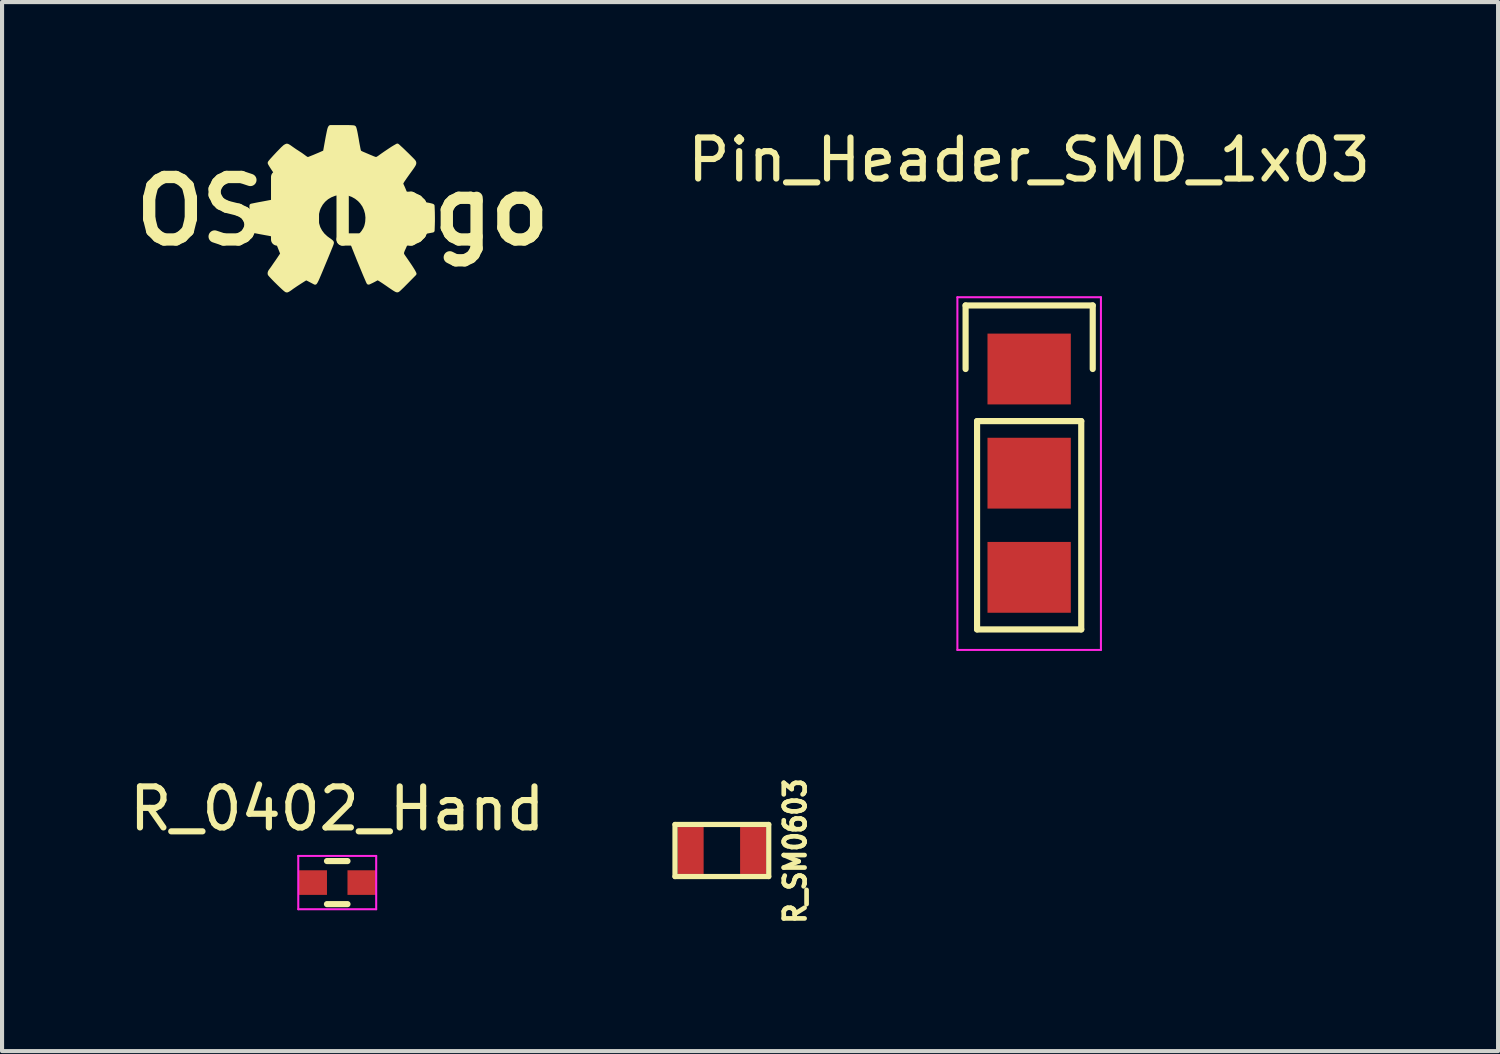
<source format=kicad_pcb>
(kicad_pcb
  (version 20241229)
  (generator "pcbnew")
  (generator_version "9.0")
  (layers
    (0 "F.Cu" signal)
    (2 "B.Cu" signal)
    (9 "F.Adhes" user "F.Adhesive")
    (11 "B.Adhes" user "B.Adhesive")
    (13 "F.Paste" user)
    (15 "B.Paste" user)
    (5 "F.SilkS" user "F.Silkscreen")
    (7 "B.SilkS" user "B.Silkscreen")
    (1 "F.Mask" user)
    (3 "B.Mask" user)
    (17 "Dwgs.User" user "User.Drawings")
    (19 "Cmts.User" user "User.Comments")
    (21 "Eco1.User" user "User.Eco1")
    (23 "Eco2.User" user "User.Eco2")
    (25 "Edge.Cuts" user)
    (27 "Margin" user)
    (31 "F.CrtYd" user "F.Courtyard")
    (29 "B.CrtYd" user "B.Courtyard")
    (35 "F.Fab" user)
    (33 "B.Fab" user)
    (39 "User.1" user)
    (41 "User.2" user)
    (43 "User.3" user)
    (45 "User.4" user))
  (footprint "OSHLogo"
    (layer "F.Cu")
    (at 5.305 2.1)
    (property "Reference" "OSHLogo" (at 0 0 0) (layer "F.SilkS") (effects (font (size 1.524 1.524) (thickness 0.3))))
    (attr through_hole)
    (fp_poly (pts (xy 2.2 0.165) (xy 2.2 0.242) (xy 2.198 0.31) (xy 2.198 0.321) (xy 2.193 0.47) (xy 2.065 0.494) (xy 1.965 0.513) (xy 1.877 0.53) (xy 1.801 0.544) (xy 1.738 0.556) (xy 1.689 0.566) (xy 1.656 0.573) (xy 1.64 0.577) (xy 1.64 0.577) (xy 1.626 0.587) (xy 1.611 0.609) (xy 1.593 0.645) (xy 1.573 0.696) (xy 1.562 0.726) (xy 1.545 0.769) (xy 1.524 0.821) (xy 1.502 0.871) (xy 1.493 0.891) (xy 1.469 0.943) (xy 1.454 0.983) (xy 1.446 1.014) (xy 1.447 1.04) (xy 1.455 1.064) (xy 1.471 1.091) (xy 1.482 1.107) (xy 1.545 1.198) (xy 1.6 1.278) (xy 1.646 1.346) (xy 1.682 1.402) (xy 1.709 1.445) (xy 1.726 1.474) (xy 1.727 1.476) (xy 1.751 1.524) (xy 1.555 1.723) (xy 1.505 1.773) (xy 1.46 1.819) (xy 1.419 1.858) (xy 1.385 1.891) (xy 1.359 1.914) (xy 1.344 1.926) (xy 1.341 1.928) (xy 1.332 1.929) (xy 1.32 1.927) (xy 1.304 1.92) (xy 1.281 1.907) (xy 1.25 1.888) (xy 1.21 1.861) (xy 1.158 1.826) (xy 1.098 1.784) (xy 1.048 1.75) (xy 1.001 1.718) (xy 0.958 1.69) (xy 0.924 1.668) (xy 0.901 1.654) (xy 0.9 1.654) (xy 0.852 1.628) (xy 0.814 1.65) (xy 0.777 1.67) (xy 0.739 1.69) (xy 0.701 1.709) (xy 0.669 1.724) (xy 0.645 1.736) (xy 0.632 1.74) (xy 0.631 1.74) (xy 0.625 1.728) (xy 0.613 1.702) (xy 0.596 1.662) (xy 0.574 1.611) (xy 0.548 1.551) (xy 0.52 1.484) (xy 0.49 1.411) (xy 0.458 1.334) (xy 0.426 1.256) (xy 0.394 1.179) (xy 0.364 1.103) (xy 0.335 1.032) (xy 0.309 0.966) (xy 0.286 0.909) (xy 0.267 0.861) (xy 0.255 0.829) (xy 0.228 0.755) (xy 0.292 0.712) (xy 0.371 0.651) (xy 0.442 0.582) (xy 0.502 0.51) (xy 0.548 0.436) (xy 0.571 0.385) (xy 0.581 0.352) (xy 0.591 0.31) (xy 0.599 0.266) (xy 0.6 0.259) (xy 0.606 0.155) (xy 0.595 0.053) (xy 0.567 -0.046) (xy 0.524 -0.139) (xy 0.465 -0.223) (xy 0.408 -0.284) (xy 0.329 -0.346) (xy 0.241 -0.395) (xy 0.146 -0.429) (xy 0.049 -0.448) (xy -0.049 -0.45) (xy -0.091 -0.446) (xy -0.199 -0.423) (xy -0.297 -0.384) (xy -0.385 -0.332) (xy -0.462 -0.266) (xy -0.527 -0.187) (xy -0.578 -0.097) (xy -0.602 -0.037) (xy -0.623 0.045) (xy -0.634 0.135) (xy -0.634 0.226) (xy -0.622 0.31) (xy -0.622 0.312) (xy -0.592 0.407) (xy -0.545 0.496) (xy -0.483 0.578) (xy -0.406 0.65) (xy -0.359 0.685) (xy -0.324 0.709) (xy -0.295 0.731) (xy -0.275 0.748) (xy -0.268 0.755) (xy -0.266 0.759) (xy -0.264 0.763) (xy -0.263 0.768) (xy -0.264 0.775) (xy -0.267 0.787) (xy -0.272 0.804) (xy -0.281 0.827) (xy -0.293 0.859) (xy -0.31 0.9) (xy -0.331 0.952) (xy -0.357 1.015) (xy -0.389 1.093) (xy -0.427 1.185) (xy -0.444 1.225) (xy -0.486 1.326) (xy -0.522 1.413) (xy -0.552 1.485) (xy -0.577 1.544) (xy -0.598 1.593) (xy -0.614 1.631) (xy -0.628 1.662) (xy -0.639 1.685) (xy -0.648 1.702) (xy -0.655 1.716) (xy -0.659 1.722) (xy -0.672 1.742) (xy -0.775 1.688) (xy -0.815 1.667) (xy -0.849 1.65) (xy -0.875 1.638) (xy -0.889 1.633) (xy -0.889 1.633) (xy -0.901 1.638) (xy -0.925 1.651) (xy -0.959 1.672) (xy -1 1.698) (xy -1.046 1.727) (xy -1.095 1.759) (xy -1.144 1.791) (xy -1.191 1.823) (xy -1.232 1.851) (xy -1.266 1.876) (xy -1.271 1.88) (xy -1.306 1.904) (xy -1.335 1.922) (xy -1.357 1.931) (xy -1.362 1.932) (xy -1.373 1.928) (xy -1.392 1.914) (xy -1.42 1.891) (xy -1.458 1.856) (xy -1.506 1.811) (xy -1.566 1.753) (xy -1.581 1.738) (xy -1.631 1.689) (xy -1.676 1.643) (xy -1.715 1.602) (xy -1.746 1.569) (xy -1.768 1.544) (xy -1.778 1.53) (xy -1.779 1.528) (xy -1.778 1.5) (xy -1.77 1.477) (xy -1.754 1.453) (xy -1.74 1.434) (xy -1.718 1.404) (xy -1.69 1.364) (xy -1.659 1.318) (xy -1.625 1.269) (xy -1.59 1.219) (xy -1.558 1.172) (xy -1.53 1.13) (xy -1.507 1.096) (xy -1.493 1.074) (xy -1.49 1.07) (xy -1.47 1.037) (xy -1.542 0.855) (xy -1.565 0.798) (xy -1.587 0.744) (xy -1.607 0.696) (xy -1.623 0.657) (xy -1.635 0.631) (xy -1.637 0.627) (xy -1.644 0.612) (xy -1.652 0.6) (xy -1.661 0.59) (xy -1.674 0.581) (xy -1.693 0.574) (xy -1.72 0.566) (xy -1.757 0.558) (xy -1.806 0.548) (xy -1.87 0.537) (xy -1.928 0.526) (xy -1.989 0.515) (xy -2.046 0.504) (xy -2.098 0.494) (xy -2.139 0.486) (xy -2.167 0.479) (xy -2.173 0.478) (xy -2.218 0.466) (xy -2.22 0.166) (xy -2.223 -0.134) (xy -2.13 -0.153) (xy -2.09 -0.161) (xy -2.038 -0.171) (xy -1.977 -0.182) (xy -1.913 -0.194) (xy -1.855 -0.205) (xy -1.799 -0.216) (xy -1.748 -0.225) (xy -1.705 -0.234) (xy -1.674 -0.241) (xy -1.657 -0.245) (xy -1.655 -0.245) (xy -1.648 -0.249) (xy -1.641 -0.257) (xy -1.632 -0.271) (xy -1.621 -0.293) (xy -1.606 -0.324) (xy -1.587 -0.365) (xy -1.564 -0.419) (xy -1.535 -0.487) (xy -1.513 -0.538) (xy -1.495 -0.583) (xy -1.479 -0.624) (xy -1.467 -0.655) (xy -1.461 -0.675) (xy -1.46 -0.679) (xy -1.465 -0.693) (xy -1.479 -0.717) (xy -1.499 -0.749) (xy -1.523 -0.786) (xy -1.526 -0.79) (xy -1.592 -0.887) (xy -1.649 -0.971) (xy -1.695 -1.04) (xy -1.731 -1.095) (xy -1.756 -1.136) (xy -1.772 -1.164) (xy -1.778 -1.178) (xy -1.778 -1.179) (xy -1.772 -1.189) (xy -1.755 -1.21) (xy -1.729 -1.241) (xy -1.696 -1.277) (xy -1.658 -1.319) (xy -1.617 -1.363) (xy -1.575 -1.408) (xy -1.533 -1.451) (xy -1.494 -1.491) (xy -1.46 -1.526) (xy -1.431 -1.552) (xy -1.412 -1.57) (xy -1.41 -1.571) (xy -1.385 -1.587) (xy -1.363 -1.596) (xy -1.356 -1.597) (xy -1.34 -1.591) (xy -1.315 -1.577) (xy -1.285 -1.557) (xy -1.273 -1.548) (xy -1.239 -1.524) (xy -1.196 -1.494) (xy -1.149 -1.462) (xy -1.111 -1.438) (xy -1.067 -1.409) (xy -1.022 -1.38) (xy -0.983 -1.352) (xy -0.957 -1.333) (xy -0.918 -1.304) (xy -0.889 -1.285) (xy -0.867 -1.275) (xy -0.849 -1.271) (xy -0.836 -1.273) (xy -0.82 -1.277) (xy -0.79 -1.289) (xy -0.748 -1.306) (xy -0.695 -1.327) (xy -0.634 -1.353) (xy -0.567 -1.381) (xy -0.497 -1.412) (xy -0.458 -1.429) (xy -0.43 -1.441) (xy -0.379 -1.723) (xy -0.365 -1.801) (xy -0.351 -1.87) (xy -0.339 -1.929) (xy -0.329 -1.976) (xy -0.32 -2.009) (xy -0.314 -2.027) (xy -0.314 -2.028) (xy -0.299 -2.05) (xy -0.015 -2.05) (xy 0.068 -2.05) (xy 0.135 -2.05) (xy 0.186 -2.049) (xy 0.224 -2.047) (xy 0.251 -2.045) (xy 0.269 -2.043) (xy 0.278 -2.04) (xy 0.28 -2.038) (xy 0.287 -2.022) (xy 0.296 -1.99) (xy 0.307 -1.943) (xy 0.319 -1.883) (xy 0.332 -1.812) (xy 0.345 -1.74) (xy 0.354 -1.685) (xy 0.365 -1.624) (xy 0.376 -1.568) (xy 0.382 -1.535) (xy 0.389 -1.5) (xy 0.396 -1.474) (xy 0.403 -1.455) (xy 0.415 -1.439) (xy 0.433 -1.426) (xy 0.461 -1.412) (xy 0.5 -1.395) (xy 0.552 -1.373) (xy 0.553 -1.372) (xy 0.601 -1.352) (xy 0.652 -1.33) (xy 0.699 -1.311) (xy 0.721 -1.301) (xy 0.757 -1.287) (xy 0.79 -1.276) (xy 0.813 -1.271) (xy 0.818 -1.27) (xy 0.838 -1.276) (xy 0.87 -1.293) (xy 0.912 -1.321) (xy 0.926 -1.332) (xy 0.981 -1.371) (xy 1.04 -1.412) (xy 1.101 -1.453) (xy 1.159 -1.492) (xy 1.212 -1.527) (xy 1.256 -1.554) (xy 1.282 -1.569) (xy 1.334 -1.599) (xy 1.359 -1.577) (xy 1.392 -1.546) (xy 1.433 -1.509) (xy 1.477 -1.467) (xy 1.523 -1.422) (xy 1.57 -1.377) (xy 1.614 -1.333) (xy 1.654 -1.293) (xy 1.689 -1.258) (xy 1.715 -1.231) (xy 1.731 -1.213) (xy 1.734 -1.208) (xy 1.743 -1.193) (xy 1.746 -1.178) (xy 1.744 -1.16) (xy 1.735 -1.139) (xy 1.718 -1.11) (xy 1.692 -1.071) (xy 1.657 -1.022) (xy 1.602 -0.946) (xy 1.557 -0.883) (xy 1.521 -0.832) (xy 1.493 -0.791) (xy 1.471 -0.759) (xy 1.455 -0.735) (xy 1.445 -0.716) (xy 1.438 -0.703) (xy 1.436 -0.7) (xy 1.43 -0.682) (xy 1.429 -0.667) (xy 1.434 -0.649) (xy 1.447 -0.621) (xy 1.45 -0.614) (xy 1.464 -0.584) (xy 1.482 -0.542) (xy 1.502 -0.494) (xy 1.522 -0.445) (xy 1.524 -0.441) (xy 1.552 -0.373) (xy 1.575 -0.322) (xy 1.594 -0.284) (xy 1.612 -0.259) (xy 1.627 -0.245) (xy 1.635 -0.242) (xy 1.653 -0.238) (xy 1.685 -0.232) (xy 1.728 -0.223) (xy 1.779 -0.213) (xy 1.836 -0.203) (xy 1.893 -0.192) (xy 1.949 -0.181) (xy 2 -0.172) (xy 2.043 -0.164) (xy 2.068 -0.16) (xy 2.107 -0.153) (xy 2.141 -0.145) (xy 2.165 -0.139) (xy 2.169 -0.138) (xy 2.192 -0.129) (xy 2.198 0.022) (xy 2.199 0.089) (xy 2.2 0.165)) (stroke (width 0.1) (type solid)) (fill yes) (layer "F.SilkS")))
  (footprint "R_0402_Hand"
    (layer "F.Cu")
    (at 5.173 18.471)
    (property "Reference" "R_0402_Hand" (at 0 -1.8 0) (layer "F.SilkS") (effects (font (size 1 1) (thickness 0.15))))
    (attr smd)
    (fp_line (start -0.25 0.525) (end 0.25 0.525) (stroke (width 0.15) (type solid)) (layer "F.SilkS"))
    (fp_line (start 0.25 -0.525) (end -0.25 -0.525) (stroke (width 0.15) (type solid)) (layer "F.SilkS"))
    (fp_line (start -0.95 -0.65) (end -0.95 0.65) (stroke (width 0.05) (type solid)) (layer "F.CrtYd"))
    (fp_line (start -0.95 -0.65) (end 0.95 -0.65) (stroke (width 0.05) (type solid)) (layer "F.CrtYd"))
    (fp_line (start -0.95 0.65) (end 0.95 0.65) (stroke (width 0.05) (type solid)) (layer "F.CrtYd"))
    (fp_line (start 0.95 -0.65) (end 0.95 0.65) (stroke (width 0.05) (type solid)) (layer "F.CrtYd"))
    (pad "1" smd rect (at -0.6 0) (size 0.7 0.6) (layers "F.Cu" "F.Mask" "F.Paste"))
    (pad "2" smd rect (at 0.6 0) (size 0.7 0.6) (layers "F.Cu" "F.Mask" "F.Paste")))
  (footprint "R_SM0603"
    (layer "F.Cu")
    (at 14.552 17.689)
    (property "Reference" "R_SM0603" (at 1.788 0.013 90) (layer "F.SilkS") (effects (font (size 0.508 0.457) (thickness 0.114))))
    (attr smd)
    (fp_line (start -1.143 -0.635) (end 1.143 -0.635) (stroke (width 0.127) (type solid)) (layer "F.SilkS"))
    (fp_line (start -1.143 0.635) (end -1.143 -0.635) (stroke (width 0.127) (type solid)) (layer "F.SilkS"))
    (fp_line (start 1.143 -0.635) (end 1.143 0.635) (stroke (width 0.127) (type solid)) (layer "F.SilkS"))
    (fp_line (start 1.143 0.635) (end -1.143 0.635) (stroke (width 0.127) (type solid)) (layer "F.SilkS"))
    (pad "1" smd rect (at -0.762 0) (size 0.635 1.143) (layers "F.Cu" "F.Mask" "F.Paste"))
    (pad "2" smd rect (at 0.762 0) (size 0.635 1.143) (layers "F.Cu" "F.Mask" "F.Paste")))
  (footprint "Pin_Header_SMD_1x03"
    (layer "F.Cu")
    (at 22.045 5.948)
    (property "Reference" "Pin_Header_SMD_1x03" (at 0 -5.1 0) (layer "F.SilkS") (effects (font (size 1 1) (thickness 0.15))))
    (attr through_hole)
    (fp_line (start -1.55 -1.55) (end 1.55 -1.55) (stroke (width 0.15) (type solid)) (layer "F.SilkS"))
    (fp_line (start -1.55 0) (end -1.55 -1.55) (stroke (width 0.15) (type solid)) (layer "F.SilkS"))
    (fp_line (start -1.27 1.27) (end -1.27 6.35) (stroke (width 0.15) (type solid)) (layer "F.SilkS"))
    (fp_line (start -1.27 6.35) (end 1.27 6.35) (stroke (width 0.15) (type solid)) (layer "F.SilkS"))
    (fp_line (start 1.27 1.27) (end -1.27 1.27) (stroke (width 0.15) (type solid)) (layer "F.SilkS"))
    (fp_line (start 1.27 6.35) (end 1.27 1.27) (stroke (width 0.15) (type solid)) (layer "F.SilkS"))
    (fp_line (start 1.55 -1.55) (end 1.55 0) (stroke (width 0.15) (type solid)) (layer "F.SilkS"))
    (fp_line (start -1.75 -1.75) (end -1.75 6.85) (stroke (width 0.05) (type solid)) (layer "F.CrtYd"))
    (fp_line (start -1.75 -1.75) (end 1.75 -1.75) (stroke (width 0.05) (type solid)) (layer "F.CrtYd"))
    (fp_line (start -1.75 6.85) (end 1.75 6.85) (stroke (width 0.05) (type solid)) (layer "F.CrtYd"))
    (fp_line (start 1.75 -1.75) (end 1.75 6.85) (stroke (width 0.05) (type solid)) (layer "F.CrtYd"))
    (pad "1" smd rect (at 0 0) (size 2.032 1.727) (layers "F.Cu" "F.Mask" "F.Paste"))
    (pad "2" smd rect (at 0 2.54) (size 2.032 1.727) (layers "F.Cu" "F.Mask" "F.Paste"))
    (pad "3" smd rect (at 0 5.08) (size 2.032 1.727) (layers "F.Cu" "F.Mask" "F.Paste")))
  (gr_rect
    (start -3 -3)
    (end 33.479 22.58)
    (stroke (width 0.1) (type default))
    (fill no)
    (layer "Edge.Cuts")))
</source>
